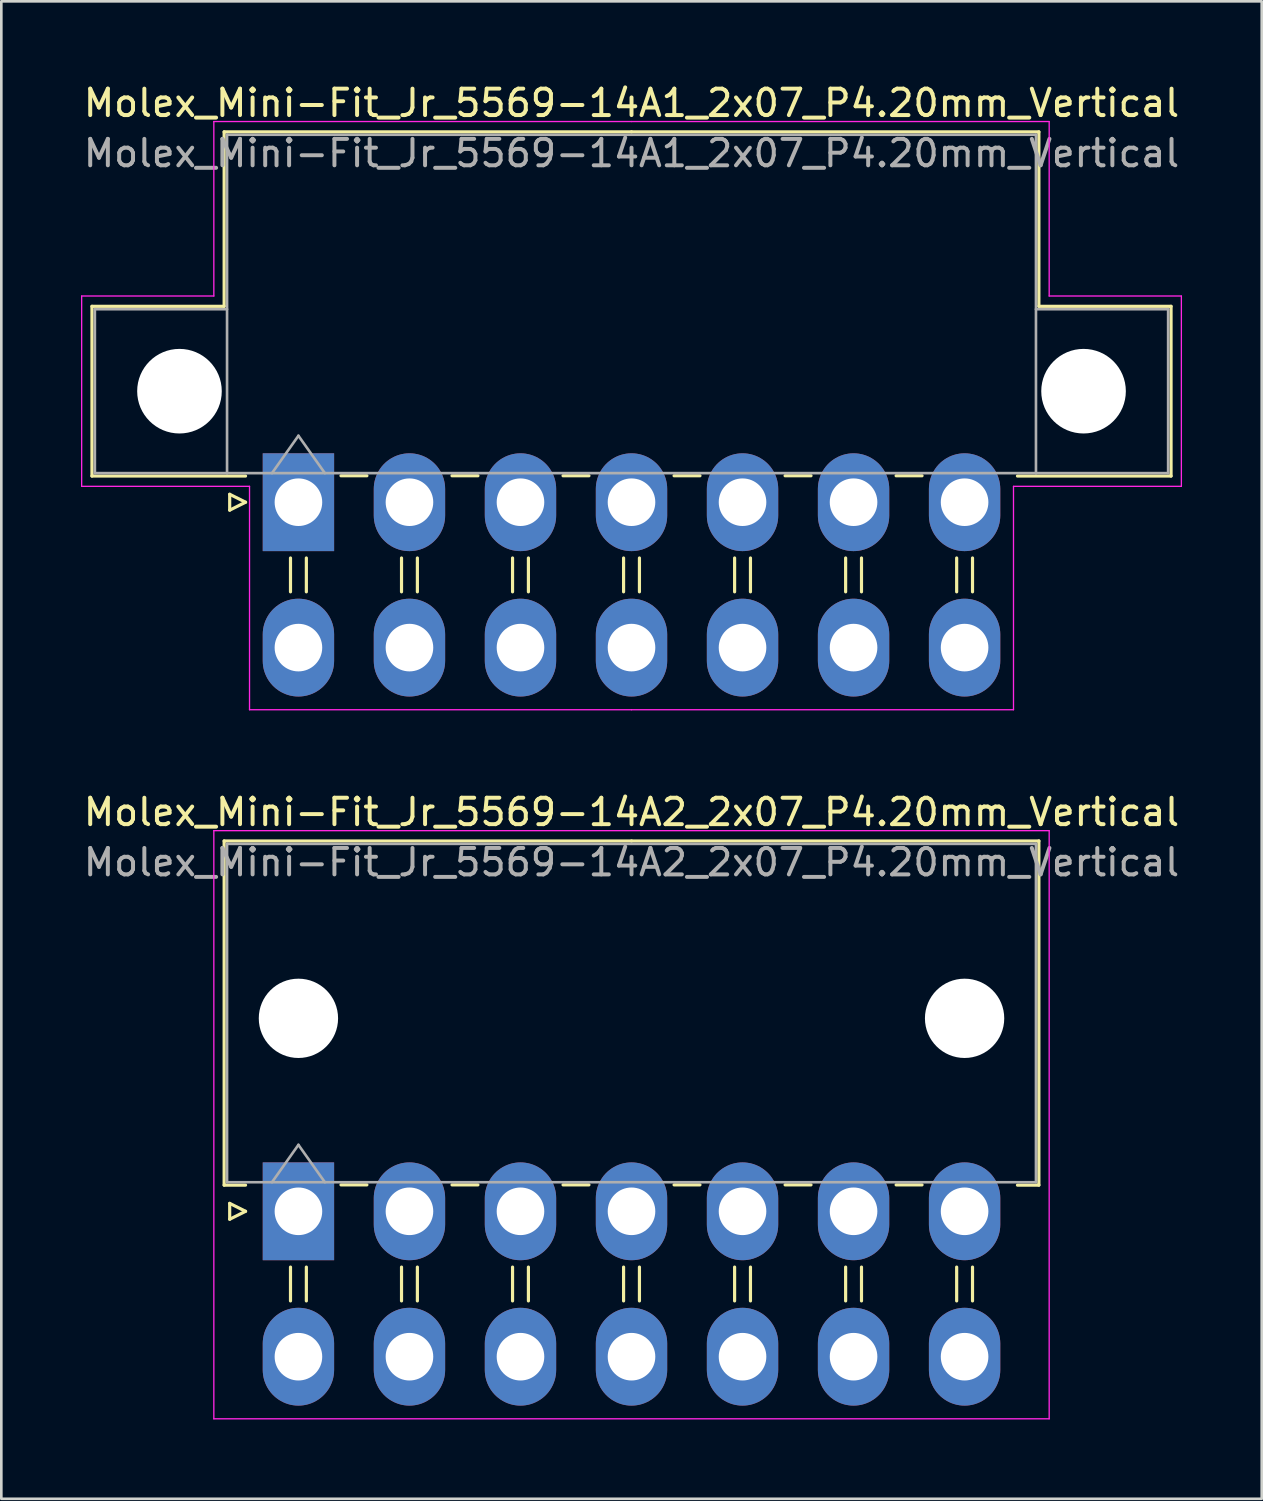
<source format=kicad_pcb>
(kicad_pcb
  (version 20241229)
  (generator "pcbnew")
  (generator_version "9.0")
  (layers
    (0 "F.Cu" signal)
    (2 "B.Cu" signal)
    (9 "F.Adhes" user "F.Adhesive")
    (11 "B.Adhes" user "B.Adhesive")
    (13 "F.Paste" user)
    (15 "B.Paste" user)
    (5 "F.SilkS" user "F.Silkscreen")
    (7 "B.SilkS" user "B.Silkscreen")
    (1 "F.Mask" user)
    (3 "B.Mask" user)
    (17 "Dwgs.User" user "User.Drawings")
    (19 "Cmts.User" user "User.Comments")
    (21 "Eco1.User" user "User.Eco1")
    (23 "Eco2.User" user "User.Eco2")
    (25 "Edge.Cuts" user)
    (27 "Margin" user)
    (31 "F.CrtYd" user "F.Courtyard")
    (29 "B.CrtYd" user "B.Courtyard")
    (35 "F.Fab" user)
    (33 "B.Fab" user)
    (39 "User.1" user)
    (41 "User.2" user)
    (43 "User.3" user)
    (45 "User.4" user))
  (footprint "Molex_Mini-Fit_Jr_5569-14A2_2x07_P4.20mm_Vertical"
    (layer "F.Cu")
    (at 8.239 42.772)
    (property "Reference" "Molex_Mini-Fit_Jr_5569-14A2_2x07_P4.20mm_Vertical" (at 12.6 -15.1 0) (layer "F.SilkS") (effects (font (size 1 1) (thickness 0.15))))
    (attr through_hole)
    (fp_line (start -2.81 -14.01) (end 12.6 -14.01) (stroke (width 0.12) (type solid)) (layer "F.SilkS"))
    (fp_line (start -2.81 -0.99) (end -2.81 -14.01) (stroke (width 0.12) (type solid)) (layer "F.SilkS"))
    (fp_line (start -2.6 -0.3) (end -2 0) (stroke (width 0.12) (type solid)) (layer "F.SilkS"))
    (fp_line (start -2.6 0.3) (end -2.6 -0.3) (stroke (width 0.12) (type solid)) (layer "F.SilkS"))
    (fp_line (start -2 -0.99) (end -2.81 -0.99) (stroke (width 0.12) (type solid)) (layer "F.SilkS"))
    (fp_line (start -2 0) (end -2.6 0.3) (stroke (width 0.12) (type solid)) (layer "F.SilkS"))
    (fp_line (start -0.3 2.11) (end -0.3 3.39) (stroke (width 0.12) (type solid)) (layer "F.SilkS"))
    (fp_line (start 0.3 2.11) (end 0.3 3.39) (stroke (width 0.12) (type solid)) (layer "F.SilkS"))
    (fp_line (start 1.61 -1) (end 2.59 -1) (stroke (width 0.12) (type solid)) (layer "F.SilkS"))
    (fp_line (start 3.9 2.11) (end 3.9 3.39) (stroke (width 0.12) (type solid)) (layer "F.SilkS"))
    (fp_line (start 4.5 2.11) (end 4.5 3.39) (stroke (width 0.12) (type solid)) (layer "F.SilkS"))
    (fp_line (start 5.81 -1) (end 6.79 -1) (stroke (width 0.12) (type solid)) (layer "F.SilkS"))
    (fp_line (start 8.1 2.11) (end 8.1 3.39) (stroke (width 0.12) (type solid)) (layer "F.SilkS"))
    (fp_line (start 8.7 2.11) (end 8.7 3.39) (stroke (width 0.12) (type solid)) (layer "F.SilkS"))
    (fp_line (start 10.01 -1) (end 10.99 -1) (stroke (width 0.12) (type solid)) (layer "F.SilkS"))
    (fp_line (start 12.3 2.11) (end 12.3 3.39) (stroke (width 0.12) (type solid)) (layer "F.SilkS"))
    (fp_line (start 12.9 2.11) (end 12.9 3.39) (stroke (width 0.12) (type solid)) (layer "F.SilkS"))
    (fp_line (start 14.21 -1) (end 15.19 -1) (stroke (width 0.12) (type solid)) (layer "F.SilkS"))
    (fp_line (start 16.5 2.11) (end 16.5 3.39) (stroke (width 0.12) (type solid)) (layer "F.SilkS"))
    (fp_line (start 17.1 2.11) (end 17.1 3.39) (stroke (width 0.12) (type solid)) (layer "F.SilkS"))
    (fp_line (start 18.41 -1) (end 19.39 -1) (stroke (width 0.12) (type solid)) (layer "F.SilkS"))
    (fp_line (start 20.7 2.11) (end 20.7 3.39) (stroke (width 0.12) (type solid)) (layer "F.SilkS"))
    (fp_line (start 21.3 2.11) (end 21.3 3.39) (stroke (width 0.12) (type solid)) (layer "F.SilkS"))
    (fp_line (start 22.61 -1) (end 23.59 -1) (stroke (width 0.12) (type solid)) (layer "F.SilkS"))
    (fp_line (start 24.9 2.11) (end 24.9 3.39) (stroke (width 0.12) (type solid)) (layer "F.SilkS"))
    (fp_line (start 25.5 2.11) (end 25.5 3.39) (stroke (width 0.12) (type solid)) (layer "F.SilkS"))
    (fp_line (start 27.2 -0.99) (end 28.01 -0.99) (stroke (width 0.12) (type solid)) (layer "F.SilkS"))
    (fp_line (start 28.01 -14.01) (end 12.6 -14.01) (stroke (width 0.12) (type solid)) (layer "F.SilkS"))
    (fp_line (start 28.01 -0.99) (end 28.01 -14.01) (stroke (width 0.12) (type solid)) (layer "F.SilkS"))
    (fp_line (start -3.2 -14.4) (end -3.2 7.85) (stroke (width 0.05) (type solid)) (layer "F.CrtYd"))
    (fp_line (start -3.2 7.85) (end 28.4 7.85) (stroke (width 0.05) (type solid)) (layer "F.CrtYd"))
    (fp_line (start 28.4 -14.4) (end -3.2 -14.4) (stroke (width 0.05) (type solid)) (layer "F.CrtYd"))
    (fp_line (start 28.4 7.85) (end 28.4 -14.4) (stroke (width 0.05) (type solid)) (layer "F.CrtYd"))
    (fp_line (start -2.7 -13.9) (end -2.7 -1.1) (stroke (width 0.1) (type solid)) (layer "F.Fab"))
    (fp_line (start -2.7 -1.1) (end 27.9 -1.1) (stroke (width 0.1) (type solid)) (layer "F.Fab"))
    (fp_line (start -1 -1.1) (end 0 -2.514) (stroke (width 0.1) (type solid)) (layer "F.Fab"))
    (fp_line (start 0 -2.514) (end 1 -1.1) (stroke (width 0.1) (type solid)) (layer "F.Fab"))
    (fp_line (start 27.9 -13.9) (end -2.7 -13.9) (stroke (width 0.1) (type solid)) (layer "F.Fab"))
    (fp_line (start 27.9 -1.1) (end 27.9 -13.9) (stroke (width 0.1) (type solid)) (layer "F.Fab"))
    (fp_text user "${REFERENCE}" (at 12.6 -13.2 0) (layer "F.Fab") (effects (font (size 1 1) (thickness 0.15))))
    (pad "" np_thru_hole circle (at 0 -7.3) (size 3 3) (drill 3) (layers "*.Cu" "*.Mask"))
    (pad "" np_thru_hole circle (at 25.2 -7.3) (size 3 3) (drill 3) (layers "*.Cu" "*.Mask"))
    (pad "1" thru_hole rect (at 0 0) (size 2.7 3.7) (drill 1.8) (layers "*.Cu" "*.Mask"))
    (pad "2" thru_hole oval (at 4.2 0) (size 2.7 3.7) (drill 1.8) (layers "*.Cu" "*.Mask"))
    (pad "3" thru_hole oval (at 8.4 0) (size 2.7 3.7) (drill 1.8) (layers "*.Cu" "*.Mask"))
    (pad "4" thru_hole oval (at 12.6 0) (size 2.7 3.7) (drill 1.8) (layers "*.Cu" "*.Mask"))
    (pad "5" thru_hole oval (at 16.8 0) (size 2.7 3.7) (drill 1.8) (layers "*.Cu" "*.Mask"))
    (pad "6" thru_hole oval (at 21 0) (size 2.7 3.7) (drill 1.8) (layers "*.Cu" "*.Mask"))
    (pad "7" thru_hole oval (at 25.2 0) (size 2.7 3.7) (drill 1.8) (layers "*.Cu" "*.Mask"))
    (pad "8" thru_hole oval (at 0 5.5) (size 2.7 3.7) (drill 1.8) (layers "*.Cu" "*.Mask"))
    (pad "9" thru_hole oval (at 4.2 5.5) (size 2.7 3.7) (drill 1.8) (layers "*.Cu" "*.Mask"))
    (pad "10" thru_hole oval (at 8.4 5.5) (size 2.7 3.7) (drill 1.8) (layers "*.Cu" "*.Mask"))
    (pad "11" thru_hole oval (at 12.6 5.5) (size 2.7 3.7) (drill 1.8) (layers "*.Cu" "*.Mask"))
    (pad "12" thru_hole oval (at 16.8 5.5) (size 2.7 3.7) (drill 1.8) (layers "*.Cu" "*.Mask"))
    (pad "13" thru_hole oval (at 21 5.5) (size 2.7 3.7) (drill 1.8) (layers "*.Cu" "*.Mask"))
    (pad "14" thru_hole oval (at 25.2 5.5) (size 2.7 3.7) (drill 1.8) (layers "*.Cu" "*.Mask")))
  (footprint "Molex_Mini-Fit_Jr_5569-14A1_2x07_P4.20mm_Vertical"
    (layer "F.Cu")
    (at 8.239 15.948)
    (property "Reference" "Molex_Mini-Fit_Jr_5569-14A1_2x07_P4.20mm_Vertical" (at 12.6 -15.1 0) (layer "F.SilkS") (effects (font (size 1 1) (thickness 0.15))))
    (attr through_hole)
    (fp_line (start -7.81 -7.41) (end -7.81 -0.99) (stroke (width 0.12) (type solid)) (layer "F.SilkS"))
    (fp_line (start -7.81 -0.99) (end -2 -0.99) (stroke (width 0.12) (type solid)) (layer "F.SilkS"))
    (fp_line (start -2.81 -14.01) (end -2.81 -7.41) (stroke (width 0.12) (type solid)) (layer "F.SilkS"))
    (fp_line (start -2.81 -7.41) (end -7.81 -7.41) (stroke (width 0.12) (type solid)) (layer "F.SilkS"))
    (fp_line (start -2.6 -0.3) (end -2 0) (stroke (width 0.12) (type solid)) (layer "F.SilkS"))
    (fp_line (start -2.6 0.3) (end -2.6 -0.3) (stroke (width 0.12) (type solid)) (layer "F.SilkS"))
    (fp_line (start -2 0) (end -2.6 0.3) (stroke (width 0.12) (type solid)) (layer "F.SilkS"))
    (fp_line (start -0.3 2.11) (end -0.3 3.39) (stroke (width 0.12) (type solid)) (layer "F.SilkS"))
    (fp_line (start 0.3 2.11) (end 0.3 3.39) (stroke (width 0.12) (type solid)) (layer "F.SilkS"))
    (fp_line (start 1.61 -1) (end 2.59 -1) (stroke (width 0.12) (type solid)) (layer "F.SilkS"))
    (fp_line (start 3.9 2.11) (end 3.9 3.39) (stroke (width 0.12) (type solid)) (layer "F.SilkS"))
    (fp_line (start 4.5 2.11) (end 4.5 3.39) (stroke (width 0.12) (type solid)) (layer "F.SilkS"))
    (fp_line (start 5.81 -1) (end 6.79 -1) (stroke (width 0.12) (type solid)) (layer "F.SilkS"))
    (fp_line (start 8.1 2.11) (end 8.1 3.39) (stroke (width 0.12) (type solid)) (layer "F.SilkS"))
    (fp_line (start 8.7 2.11) (end 8.7 3.39) (stroke (width 0.12) (type solid)) (layer "F.SilkS"))
    (fp_line (start 10.01 -1) (end 10.99 -1) (stroke (width 0.12) (type solid)) (layer "F.SilkS"))
    (fp_line (start 12.3 2.11) (end 12.3 3.39) (stroke (width 0.12) (type solid)) (layer "F.SilkS"))
    (fp_line (start 12.6 -14.01) (end -2.81 -14.01) (stroke (width 0.12) (type solid)) (layer "F.SilkS"))
    (fp_line (start 12.6 -14.01) (end 28.01 -14.01) (stroke (width 0.12) (type solid)) (layer "F.SilkS"))
    (fp_line (start 12.9 2.11) (end 12.9 3.39) (stroke (width 0.12) (type solid)) (layer "F.SilkS"))
    (fp_line (start 14.21 -1) (end 15.19 -1) (stroke (width 0.12) (type solid)) (layer "F.SilkS"))
    (fp_line (start 16.5 2.11) (end 16.5 3.39) (stroke (width 0.12) (type solid)) (layer "F.SilkS"))
    (fp_line (start 17.1 2.11) (end 17.1 3.39) (stroke (width 0.12) (type solid)) (layer "F.SilkS"))
    (fp_line (start 18.41 -1) (end 19.39 -1) (stroke (width 0.12) (type solid)) (layer "F.SilkS"))
    (fp_line (start 20.7 2.11) (end 20.7 3.39) (stroke (width 0.12) (type solid)) (layer "F.SilkS"))
    (fp_line (start 21.3 2.11) (end 21.3 3.39) (stroke (width 0.12) (type solid)) (layer "F.SilkS"))
    (fp_line (start 22.61 -1) (end 23.59 -1) (stroke (width 0.12) (type solid)) (layer "F.SilkS"))
    (fp_line (start 24.9 2.11) (end 24.9 3.39) (stroke (width 0.12) (type solid)) (layer "F.SilkS"))
    (fp_line (start 25.5 2.11) (end 25.5 3.39) (stroke (width 0.12) (type solid)) (layer "F.SilkS"))
    (fp_line (start 28.01 -14.01) (end 28.01 -7.41) (stroke (width 0.12) (type solid)) (layer "F.SilkS"))
    (fp_line (start 28.01 -7.41) (end 33.01 -7.41) (stroke (width 0.12) (type solid)) (layer "F.SilkS"))
    (fp_line (start 33.01 -7.41) (end 33.01 -0.99) (stroke (width 0.12) (type solid)) (layer "F.SilkS"))
    (fp_line (start 33.01 -0.99) (end 27.2 -0.99) (stroke (width 0.12) (type solid)) (layer "F.SilkS"))
    (fp_line (start -8.2 -7.8) (end -8.2 -0.6) (stroke (width 0.05) (type solid)) (layer "F.CrtYd"))
    (fp_line (start -8.2 -0.6) (end -1.85 -0.6) (stroke (width 0.05) (type solid)) (layer "F.CrtYd"))
    (fp_line (start -3.2 -14.4) (end -3.2 -7.8) (stroke (width 0.05) (type solid)) (layer "F.CrtYd"))
    (fp_line (start -3.2 -7.8) (end -8.2 -7.8) (stroke (width 0.05) (type solid)) (layer "F.CrtYd"))
    (fp_line (start -1.85 -0.6) (end -1.85 7.85) (stroke (width 0.05) (type solid)) (layer "F.CrtYd"))
    (fp_line (start -1.85 7.85) (end 12.6 7.85) (stroke (width 0.05) (type solid)) (layer "F.CrtYd"))
    (fp_line (start 12.6 -14.4) (end -3.2 -14.4) (stroke (width 0.05) (type solid)) (layer "F.CrtYd"))
    (fp_line (start 12.6 -14.4) (end 28.4 -14.4) (stroke (width 0.05) (type solid)) (layer "F.CrtYd"))
    (fp_line (start 27.05 -0.6) (end 27.05 7.85) (stroke (width 0.05) (type solid)) (layer "F.CrtYd"))
    (fp_line (start 27.05 7.85) (end 12.6 7.85) (stroke (width 0.05) (type solid)) (layer "F.CrtYd"))
    (fp_line (start 28.4 -14.4) (end 28.4 -7.8) (stroke (width 0.05) (type solid)) (layer "F.CrtYd"))
    (fp_line (start 28.4 -7.8) (end 33.4 -7.8) (stroke (width 0.05) (type solid)) (layer "F.CrtYd"))
    (fp_line (start 33.4 -7.8) (end 33.4 -0.6) (stroke (width 0.05) (type solid)) (layer "F.CrtYd"))
    (fp_line (start 33.4 -0.6) (end 27.05 -0.6) (stroke (width 0.05) (type solid)) (layer "F.CrtYd"))
    (fp_line (start -7.7 -7.3) (end -7.7 -1.1) (stroke (width 0.1) (type solid)) (layer "F.Fab"))
    (fp_line (start -7.7 -1.1) (end -2.7 -1.1) (stroke (width 0.1) (type solid)) (layer "F.Fab"))
    (fp_line (start -2.7 -13.9) (end -2.7 -1.1) (stroke (width 0.1) (type solid)) (layer "F.Fab"))
    (fp_line (start -2.7 -7.3) (end -7.7 -7.3) (stroke (width 0.1) (type solid)) (layer "F.Fab"))
    (fp_line (start -2.7 -1.1) (end 27.9 -1.1) (stroke (width 0.1) (type solid)) (layer "F.Fab"))
    (fp_line (start -1 -1.1) (end 0 -2.514) (stroke (width 0.1) (type solid)) (layer "F.Fab"))
    (fp_line (start 0 -2.514) (end 1 -1.1) (stroke (width 0.1) (type solid)) (layer "F.Fab"))
    (fp_line (start 27.9 -13.9) (end -2.7 -13.9) (stroke (width 0.1) (type solid)) (layer "F.Fab"))
    (fp_line (start 27.9 -7.3) (end 32.9 -7.3) (stroke (width 0.1) (type solid)) (layer "F.Fab"))
    (fp_line (start 27.9 -1.1) (end 27.9 -13.9) (stroke (width 0.1) (type solid)) (layer "F.Fab"))
    (fp_line (start 32.9 -7.3) (end 32.9 -1.1) (stroke (width 0.1) (type solid)) (layer "F.Fab"))
    (fp_line (start 32.9 -1.1) (end 27.9 -1.1) (stroke (width 0.1) (type solid)) (layer "F.Fab"))
    (fp_text user "${REFERENCE}" (at 12.6 -13.2 0) (layer "F.Fab") (effects (font (size 1 1) (thickness 0.15))))
    (pad "" np_thru_hole circle (at -4.5 -4.2) (size 3.2 3.2) (drill 3.2) (layers "*.Cu" "*.Mask"))
    (pad "" np_thru_hole circle (at 29.7 -4.2) (size 3.2 3.2) (drill 3.2) (layers "*.Cu" "*.Mask"))
    (pad "1" thru_hole rect (at 0 0) (size 2.7 3.7) (drill 1.8) (layers "*.Cu" "*.Mask"))
    (pad "2" thru_hole oval (at 4.2 0) (size 2.7 3.7) (drill 1.8) (layers "*.Cu" "*.Mask"))
    (pad "3" thru_hole oval (at 8.4 0) (size 2.7 3.7) (drill 1.8) (layers "*.Cu" "*.Mask"))
    (pad "4" thru_hole oval (at 12.6 0) (size 2.7 3.7) (drill 1.8) (layers "*.Cu" "*.Mask"))
    (pad "5" thru_hole oval (at 16.8 0) (size 2.7 3.7) (drill 1.8) (layers "*.Cu" "*.Mask"))
    (pad "6" thru_hole oval (at 21 0) (size 2.7 3.7) (drill 1.8) (layers "*.Cu" "*.Mask"))
    (pad "7" thru_hole oval (at 25.2 0) (size 2.7 3.7) (drill 1.8) (layers "*.Cu" "*.Mask"))
    (pad "8" thru_hole oval (at 0 5.5) (size 2.7 3.7) (drill 1.8) (layers "*.Cu" "*.Mask"))
    (pad "9" thru_hole oval (at 4.2 5.5) (size 2.7 3.7) (drill 1.8) (layers "*.Cu" "*.Mask"))
    (pad "10" thru_hole oval (at 8.4 5.5) (size 2.7 3.7) (drill 1.8) (layers "*.Cu" "*.Mask"))
    (pad "11" thru_hole oval (at 12.6 5.5) (size 2.7 3.7) (drill 1.8) (layers "*.Cu" "*.Mask"))
    (pad "12" thru_hole oval (at 16.8 5.5) (size 2.7 3.7) (drill 1.8) (layers "*.Cu" "*.Mask"))
    (pad "13" thru_hole oval (at 21 5.5) (size 2.7 3.7) (drill 1.8) (layers "*.Cu" "*.Mask"))
    (pad "14" thru_hole oval (at 25.2 5.5) (size 2.7 3.7) (drill 1.8) (layers "*.Cu" "*.Mask")))
  (gr_rect
    (start -3 -3)
    (end 44.679 53.647)
    (stroke (width 0.1) (type default))
    (fill no)
    (layer "Edge.Cuts")))
</source>
